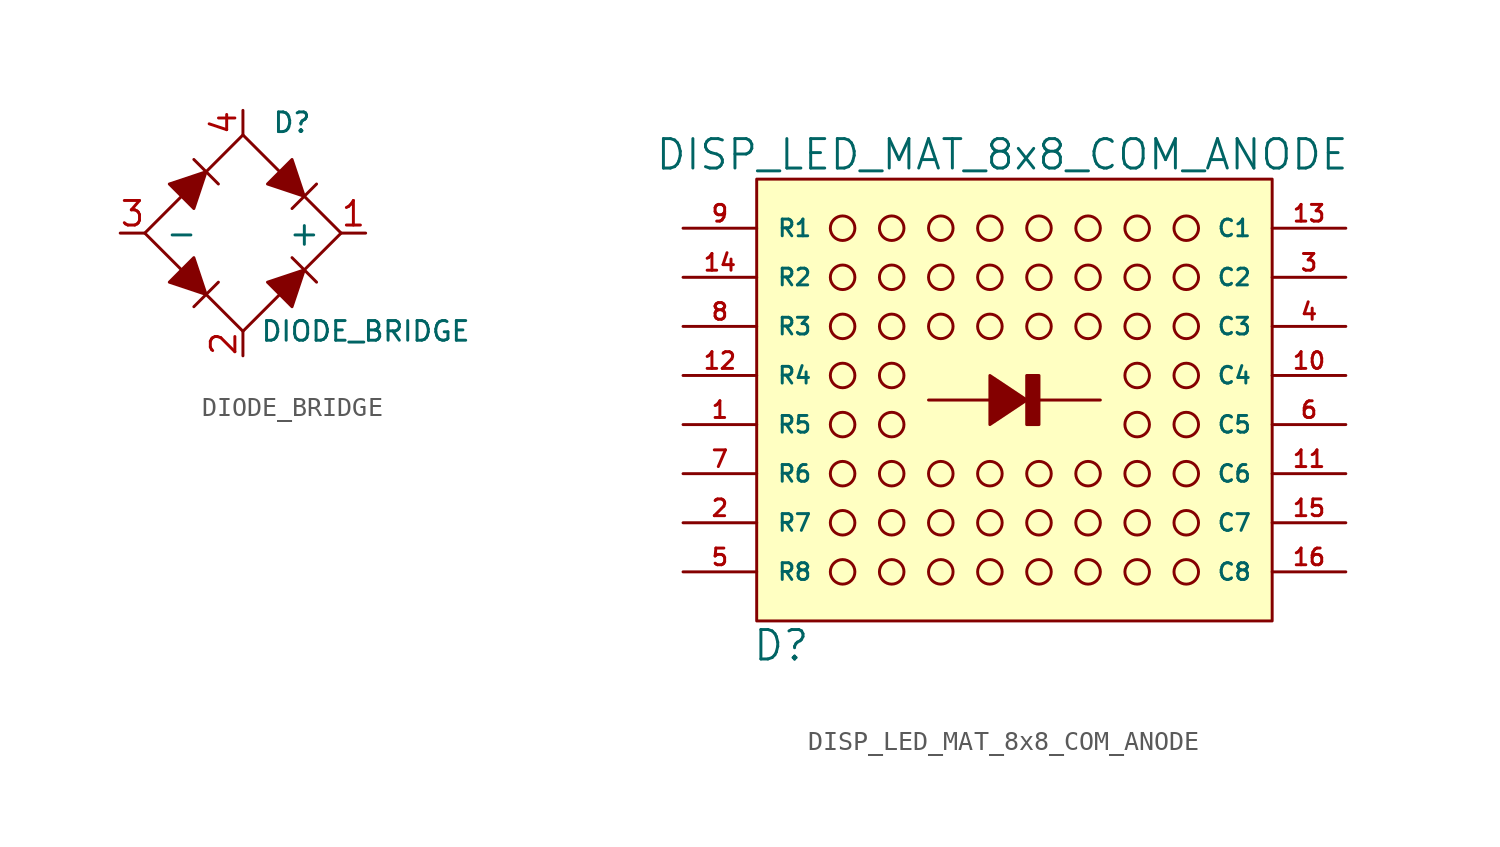
<source format=kicad_sym>
(kicad_symbol_lib
  (version 20231120)
  (generator "kicad_symbol_editor")
  (generator_version "8.0")
  (symbol "DIODE_BRIDGE"
    (pin_names
      (offset 1.016))
    (property "Reference" "D"
      (at 2.54 5.715 0)
      (effects (font (size 1.016 1.016))))
    (property "Value" "DIODE_BRIDGE"
      (at 6.35 -5.08 0)
      (effects (font (size 1.016 1.016))))
    (property "Footprint" ""
      (at 0 0 0)
      (effects (font (size 1.524 1.524))))
    (property "Datasheet" ""
      (at 0 0 0)
      (effects (font (size 1.524 1.524))))
    (symbol "DIODE_BRIDGE_0_1"
      (polyline (pts (xy -2.54 3.81) (xy -1.27 2.54)) (stroke (width 0) (type solid)) (fill (type none)))
      (polyline (pts (xy -1.27 -2.54) (xy -2.54 -3.81)) (stroke (width 0) (type solid)) (fill (type none)))
      (polyline (pts (xy 2.54 -1.27) (xy 3.81 -2.54)) (stroke (width 0) (type solid)) (fill (type none)))
      (polyline (pts (xy 2.54 1.27) (xy 3.81 2.54)) (stroke (width 0) (type solid)) (fill (type none)))
      (polyline (pts (xy -2.54 -1.27) (xy -3.81 -2.54) (xy -1.905 -3.175) (xy -2.54 -1.27)) (stroke (width 0) (type solid)) (fill (type outline)))
      (polyline (pts (xy -2.54 1.27) (xy -3.81 2.54) (xy -1.905 3.175) (xy -2.54 1.27)) (stroke (width 0) (type solid)) (fill (type outline)))
      (polyline (pts (xy 1.27 -2.54) (xy 2.54 -3.81) (xy 3.175 -1.905) (xy 1.27 -2.54)) (stroke (width 0) (type solid)) (fill (type outline)))
      (polyline (pts (xy 1.27 2.54) (xy 2.54 3.81) (xy 3.175 1.905) (xy 1.27 2.54)) (stroke (width 0) (type solid)) (fill (type outline)))
      (polyline (pts (xy -5.08 0) (xy 0 5.08) (xy 5.08 0) (xy 0 -5.08) (xy -5.08 0)) (stroke (width 0) (type solid)) (fill (type none))))
    (symbol "DIODE_BRIDGE_1_1"
      (pin input line (at 6.35 0 180) (length 1.27) (name "+" (effects (font (size 1.27 1.27)))) (number "1" (effects (font (size 1.27 1.27)))))
      (pin input line (at 0 -6.35 90) (length 1.27) (name "~" (effects (font (size 1.27 1.27)))) (number "2" (effects (font (size 1.27 1.27)))))
      (pin input line (at -6.35 0 0) (length 1.27) (name "-" (effects (font (size 1.27 1.27)))) (number "3" (effects (font (size 1.27 1.27)))))
      (pin input line (at 0 6.35 270) (length 1.27) (name "~" (effects (font (size 1.27 1.27)))) (number "4" (effects (font (size 1.27 1.27)))))))
  (symbol "DISP_LED_MAT_8x8_COM_ANODE"
    (pin_names
      (offset 1.016))
    (property "Reference" "D"
      (at 5.08 -1.27 0)
      (effects (font (size 1.524 1.524))))
    (property "Value" "DISP_LED_MAT_8x8_COM_ANODE"
      (at 16.51 24.13 0)
      (effects (font (size 1.524 1.524))))
    (property "Footprint" ""
      (at 2.54 -1.27 0)
      (effects (font (size 1.524 1.524))))
    (property "Datasheet" ""
      (at 2.54 -1.27 0)
      (effects (font (size 1.524 1.524))))
    (symbol "DISP_LED_MAT_8x8_COM_ANODE_0_1"
      (polyline (pts (xy 12.7 11.43) (xy 21.59 11.43)) (stroke (width 0) (type solid)) (fill (type none)))
      (polyline (pts (xy 17.78 11.43) (xy 15.875 10.16) (xy 15.875 12.7) (xy 17.78 11.43)) (stroke (width 0) (type solid)) (fill (type outline)))
      (polyline (pts (xy 18.415 10.16) (xy 18.415 12.7) (xy 17.78 12.7) (xy 17.78 10.16) (xy 18.415 10.16)) (stroke (width 0) (type solid)) (fill (type outline)))
      (rectangle (start 3.81 0) (end 30.48 22.86) (stroke (width 0) (type solid)) (fill (type background)))
      (circle (center 8.255 2.54) (radius 0.635) (stroke (width 0) (type solid)) (fill (type none)))
      (circle (center 8.255 5.08) (radius 0.635) (stroke (width 0) (type solid)) (fill (type none)))
      (circle (center 8.255 7.62) (radius 0.635) (stroke (width 0) (type solid)) (fill (type none)))
      (circle (center 8.255 10.16) (radius 0.635) (stroke (width 0) (type solid)) (fill (type none)))
      (circle (center 8.255 12.7) (radius 0.635) (stroke (width 0) (type solid)) (fill (type none)))
      (circle (center 8.255 15.24) (radius 0.635) (stroke (width 0) (type solid)) (fill (type none)))
      (circle (center 8.255 17.78) (radius 0.635) (stroke (width 0) (type solid)) (fill (type none)))
      (circle (center 8.255 20.32) (radius 0.635) (stroke (width 0) (type solid)) (fill (type none)))
      (circle (center 10.795 2.54) (radius 0.635) (stroke (width 0) (type solid)) (fill (type none)))
      (circle (center 10.795 5.08) (radius 0.635) (stroke (width 0) (type solid)) (fill (type none)))
      (circle (center 10.795 7.62) (radius 0.635) (stroke (width 0) (type solid)) (fill (type none)))
      (circle (center 10.795 10.16) (radius 0.635) (stroke (width 0) (type solid)) (fill (type none)))
      (circle (center 10.795 12.7) (radius 0.635) (stroke (width 0) (type solid)) (fill (type none)))
      (circle (center 10.795 15.24) (radius 0.635) (stroke (width 0) (type solid)) (fill (type none)))
      (circle (center 10.795 17.78) (radius 0.635) (stroke (width 0) (type solid)) (fill (type none)))
      (circle (center 10.795 20.32) (radius 0.635) (stroke (width 0) (type solid)) (fill (type none)))
      (circle (center 13.335 2.54) (radius 0.635) (stroke (width 0) (type solid)) (fill (type none)))
      (circle (center 13.335 5.08) (radius 0.635) (stroke (width 0) (type solid)) (fill (type none)))
      (circle (center 13.335 7.62) (radius 0.635) (stroke (width 0) (type solid)) (fill (type none)))
      (circle (center 13.335 15.24) (radius 0.635) (stroke (width 0) (type solid)) (fill (type none)))
      (circle (center 13.335 17.78) (radius 0.635) (stroke (width 0) (type solid)) (fill (type none)))
      (circle (center 13.335 20.32) (radius 0.635) (stroke (width 0) (type solid)) (fill (type none)))
      (circle (center 15.875 2.54) (radius 0.635) (stroke (width 0) (type solid)) (fill (type none)))
      (circle (center 15.875 5.08) (radius 0.635) (stroke (width 0) (type solid)) (fill (type none)))
      (circle (center 15.875 7.62) (radius 0.635) (stroke (width 0) (type solid)) (fill (type none)))
      (circle (center 15.875 15.24) (radius 0.635) (stroke (width 0) (type solid)) (fill (type none)))
      (circle (center 15.875 17.78) (radius 0.635) (stroke (width 0) (type solid)) (fill (type none)))
      (circle (center 15.875 20.32) (radius 0.635) (stroke (width 0) (type solid)) (fill (type none)))
      (circle (center 18.415 2.54) (radius 0.635) (stroke (width 0) (type solid)) (fill (type none)))
      (circle (center 18.415 5.08) (radius 0.635) (stroke (width 0) (type solid)) (fill (type none)))
      (circle (center 18.415 7.62) (radius 0.635) (stroke (width 0) (type solid)) (fill (type none)))
      (circle (center 18.415 15.24) (radius 0.635) (stroke (width 0) (type solid)) (fill (type none)))
      (circle (center 18.415 17.78) (radius 0.635) (stroke (width 0) (type solid)) (fill (type none)))
      (circle (center 18.415 20.32) (radius 0.635) (stroke (width 0) (type solid)) (fill (type none)))
      (circle (center 20.955 2.54) (radius 0.635) (stroke (width 0) (type solid)) (fill (type none)))
      (circle (center 20.955 5.08) (radius 0.635) (stroke (width 0) (type solid)) (fill (type none)))
      (circle (center 20.955 7.62) (radius 0.635) (stroke (width 0) (type solid)) (fill (type none)))
      (circle (center 20.955 15.24) (radius 0.635) (stroke (width 0) (type solid)) (fill (type none)))
      (circle (center 20.955 17.78) (radius 0.635) (stroke (width 0) (type solid)) (fill (type none)))
      (circle (center 20.955 20.32) (radius 0.635) (stroke (width 0) (type solid)) (fill (type none)))
      (circle (center 23.495 2.54) (radius 0.635) (stroke (width 0) (type solid)) (fill (type none)))
      (circle (center 23.495 5.08) (radius 0.635) (stroke (width 0) (type solid)) (fill (type none)))
      (circle (center 23.495 7.62) (radius 0.635) (stroke (width 0) (type solid)) (fill (type none)))
      (circle (center 23.495 10.16) (radius 0.635) (stroke (width 0) (type solid)) (fill (type none)))
      (circle (center 23.495 12.7) (radius 0.635) (stroke (width 0) (type solid)) (fill (type none)))
      (circle (center 23.495 15.24) (radius 0.635) (stroke (width 0) (type solid)) (fill (type none)))
      (circle (center 23.495 17.78) (radius 0.635) (stroke (width 0) (type solid)) (fill (type none)))
      (circle (center 23.495 20.32) (radius 0.635) (stroke (width 0) (type solid)) (fill (type none)))
      (circle (center 26.035 2.54) (radius 0.635) (stroke (width 0) (type solid)) (fill (type none)))
      (circle (center 26.035 5.08) (radius 0.635) (stroke (width 0) (type solid)) (fill (type none)))
      (circle (center 26.035 7.62) (radius 0.635) (stroke (width 0) (type solid)) (fill (type none)))
      (circle (center 26.035 10.16) (radius 0.635) (stroke (width 0) (type solid)) (fill (type none)))
      (circle (center 26.035 12.7) (radius 0.635) (stroke (width 0) (type solid)) (fill (type none)))
      (circle (center 26.035 15.24) (radius 0.635) (stroke (width 0) (type solid)) (fill (type none)))
      (circle (center 26.035 17.78) (radius 0.635) (stroke (width 0) (type solid)) (fill (type none)))
      (circle (center 26.035 20.32) (radius 0.635) (stroke (width 0) (type solid)) (fill (type none)))
      (pin input line (at 0 20.32 0) (length 3.81) (name "R1" (effects (font (size 0.864 0.864)))) (number "9" (effects (font (size 0.864 0.864))))))
    (symbol "DISP_LED_MAT_8x8_COM_ANODE_1_1"
      (pin input line (at 0 10.16 0) (length 3.81) (name "R5" (effects (font (size 0.864 0.864)))) (number "1" (effects (font (size 0.864 0.864)))))
      (pin output line (at 34.29 12.7 180) (length 3.81) (name "C4" (effects (font (size 0.864 0.864)))) (number "10" (effects (font (size 0.864 0.864)))))
      (pin output line (at 34.29 7.62 180) (length 3.81) (name "C6" (effects (font (size 0.864 0.864)))) (number "11" (effects (font (size 0.864 0.864)))))
      (pin input line (at 0 12.7 0) (length 3.81) (name "R4" (effects (font (size 0.864 0.864)))) (number "12" (effects (font (size 0.864 0.864)))))
      (pin output line (at 34.29 20.32 180) (length 3.81) (name "C1" (effects (font (size 0.864 0.864)))) (number "13" (effects (font (size 0.864 0.864)))))
      (pin input line (at 0 17.78 0) (length 3.81) (name "R2" (effects (font (size 0.864 0.864)))) (number "14" (effects (font (size 0.864 0.864)))))
      (pin output line (at 34.29 5.08 180) (length 3.81) (name "C7" (effects (font (size 0.864 0.864)))) (number "15" (effects (font (size 0.864 0.864)))))
      (pin output line (at 34.29 2.54 180) (length 3.81) (name "C8" (effects (font (size 0.864 0.864)))) (number "16" (effects (font (size 0.864 0.864)))))
      (pin input line (at 0 5.08 0) (length 3.81) (name "R7" (effects (font (size 0.864 0.864)))) (number "2" (effects (font (size 0.864 0.864)))))
      (pin output line (at 34.29 17.78 180) (length 3.81) (name "C2" (effects (font (size 0.864 0.864)))) (number "3" (effects (font (size 0.864 0.864)))))
      (pin output line (at 34.29 15.24 180) (length 3.81) (name "C3" (effects (font (size 0.864 0.864)))) (number "4" (effects (font (size 0.864 0.864)))))
      (pin input line (at 0 2.54 0) (length 3.81) (name "R8" (effects (font (size 0.864 0.864)))) (number "5" (effects (font (size 0.864 0.864)))))
      (pin output line (at 34.29 10.16 180) (length 3.81) (name "C5" (effects (font (size 0.864 0.864)))) (number "6" (effects (font (size 0.864 0.864)))))
      (pin input line (at 0 7.62 0) (length 3.81) (name "R6" (effects (font (size 0.864 0.864)))) (number "7" (effects (font (size 0.864 0.864)))))
      (pin input line (at 0 15.24 0) (length 3.81) (name "R3" (effects (font (size 0.864 0.864)))) (number "8" (effects (font (size 0.864 0.864))))))))
</source>
